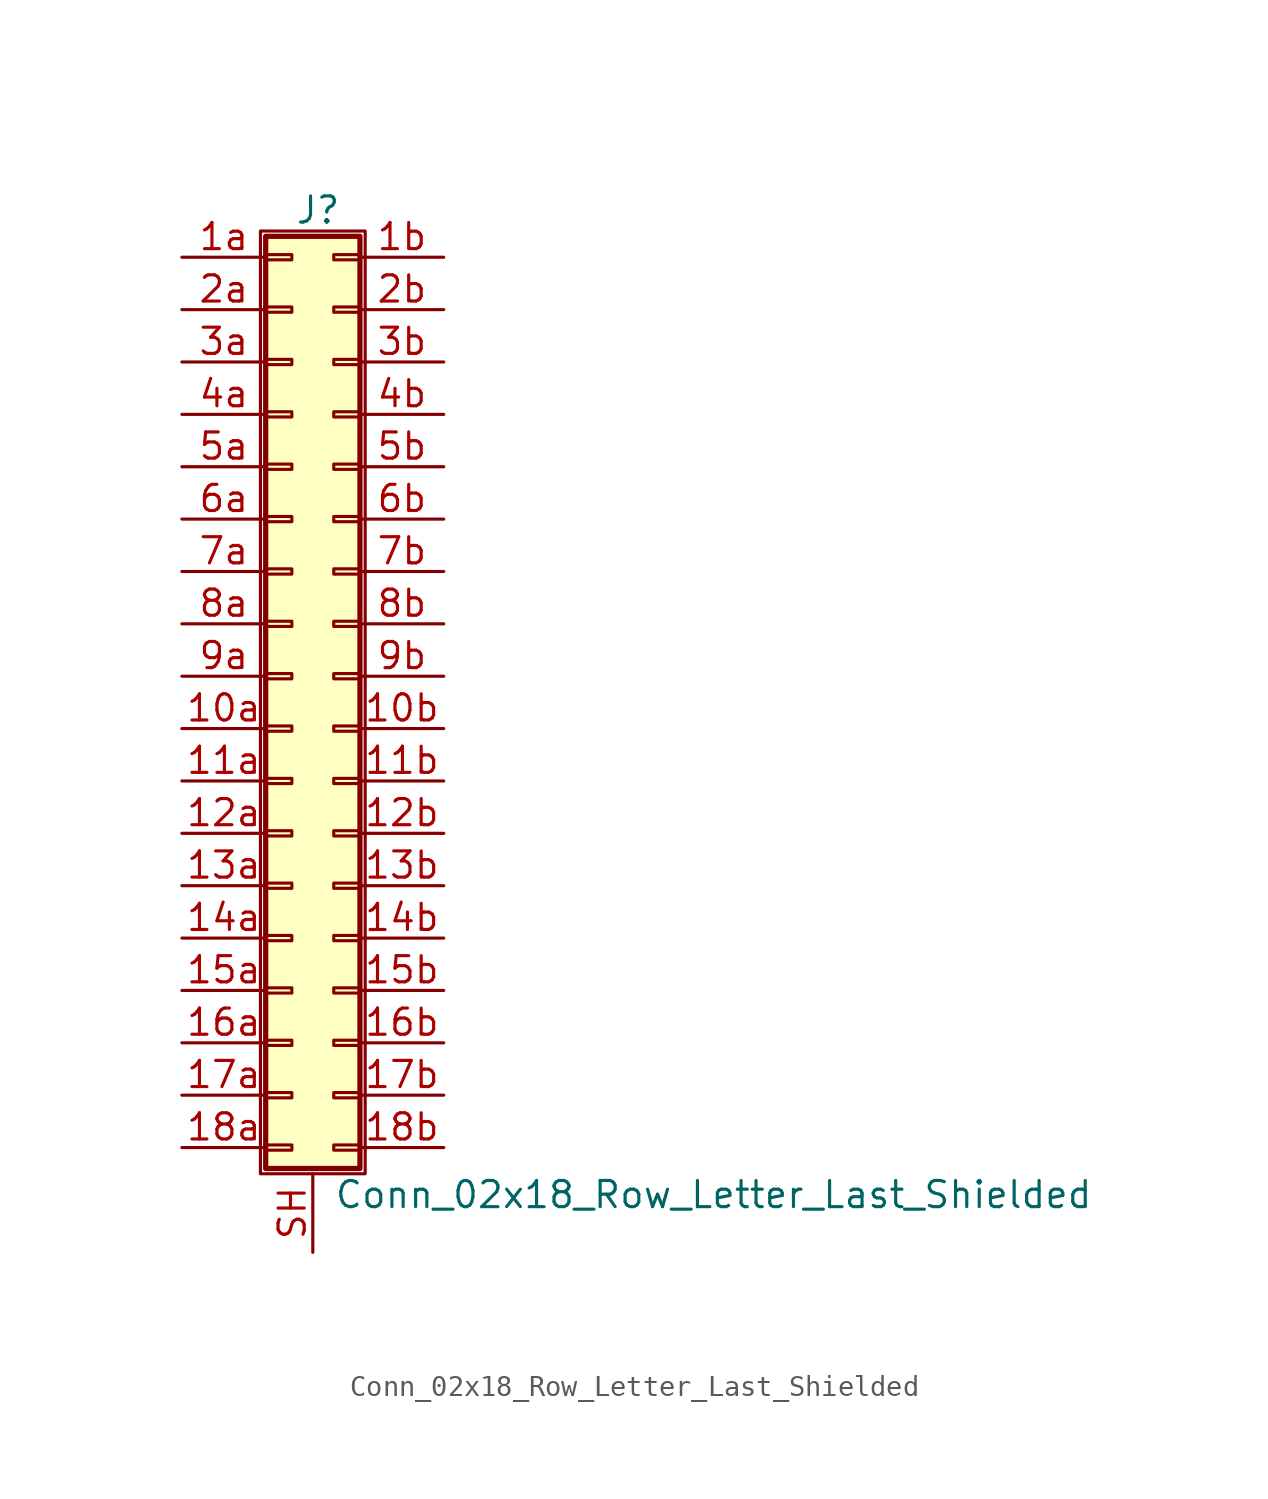
<source format=kicad_sym>
(kicad_symbol_lib
  (version 20201005)
  (generator kicad_symbol_editor)
  (symbol "Conn_02x18_Row_Letter_Last_Shielded"
    (pin_names
      (offset 1.016) hide)
    (property "Reference" "J"
      (at 1.524 22.606 0)
      (effects (font (size 1.27 1.27))))
    (property "Value" "Conn_02x18_Row_Letter_Last_Shielded"
      (at 2.286 -25.146 0)
      (effects (font (size 1.27 1.27)) (justify left)))
    (symbol "Conn_02x18_Row_Letter_Last_Shielded_1_1"
      (rectangle (start -1.27 21.59) (end 3.81 -24.13) (stroke (width 0.152)) (fill (type none)))
      (rectangle (start -1.016 -22.733) (end 0.254 -22.987) (stroke (width 0.152)) (fill (type none)))
      (rectangle (start -1.016 -20.193) (end 0.254 -20.447) (stroke (width 0.152)) (fill (type none)))
      (rectangle (start -1.016 -17.653) (end 0.254 -17.907) (stroke (width 0.152)) (fill (type none)))
      (rectangle (start -1.016 -15.113) (end 0.254 -15.367) (stroke (width 0.152)) (fill (type none)))
      (rectangle (start -1.016 -12.573) (end 0.254 -12.827) (stroke (width 0.152)) (fill (type none)))
      (rectangle (start -1.016 -10.033) (end 0.254 -10.287) (stroke (width 0.152)) (fill (type none)))
      (rectangle (start -1.016 -7.493) (end 0.254 -7.747) (stroke (width 0.152)) (fill (type none)))
      (rectangle (start -1.016 -4.953) (end 0.254 -5.207) (stroke (width 0.152)) (fill (type none)))
      (rectangle (start -1.016 -2.413) (end 0.254 -2.667) (stroke (width 0.152)) (fill (type none)))
      (rectangle (start -1.016 0.127) (end 0.254 -0.127) (stroke (width 0.152)) (fill (type none)))
      (rectangle (start -1.016 2.667) (end 0.254 2.413) (stroke (width 0.152)) (fill (type none)))
      (rectangle (start -1.016 5.207) (end 0.254 4.953) (stroke (width 0.152)) (fill (type none)))
      (rectangle (start -1.016 7.747) (end 0.254 7.493) (stroke (width 0.152)) (fill (type none)))
      (rectangle (start -1.016 10.287) (end 0.254 10.033) (stroke (width 0.152)) (fill (type none)))
      (rectangle (start -1.016 12.827) (end 0.254 12.573) (stroke (width 0.152)) (fill (type none)))
      (rectangle (start -1.016 15.367) (end 0.254 15.113) (stroke (width 0.152)) (fill (type none)))
      (rectangle (start -1.016 17.907) (end 0.254 17.653) (stroke (width 0.152)) (fill (type none)))
      (rectangle (start -1.016 20.447) (end 0.254 20.193) (stroke (width 0.152)) (fill (type none)))
      (rectangle (start 3.556 -22.733) (end 2.286 -22.987) (stroke (width 0.152)) (fill (type none)))
      (rectangle (start 3.556 -20.193) (end 2.286 -20.447) (stroke (width 0.152)) (fill (type none)))
      (rectangle (start 3.556 -17.653) (end 2.286 -17.907) (stroke (width 0.152)) (fill (type none)))
      (rectangle (start 3.556 -15.113) (end 2.286 -15.367) (stroke (width 0.152)) (fill (type none)))
      (rectangle (start 3.556 -12.573) (end 2.286 -12.827) (stroke (width 0.152)) (fill (type none)))
      (rectangle (start 3.556 -10.033) (end 2.286 -10.287) (stroke (width 0.152)) (fill (type none)))
      (rectangle (start 3.556 -7.493) (end 2.286 -7.747) (stroke (width 0.152)) (fill (type none)))
      (rectangle (start 3.556 -4.953) (end 2.286 -5.207) (stroke (width 0.152)) (fill (type none)))
      (rectangle (start 3.556 -2.413) (end 2.286 -2.667) (stroke (width 0.152)) (fill (type none)))
      (rectangle (start 3.556 0.127) (end 2.286 -0.127) (stroke (width 0.152)) (fill (type none)))
      (rectangle (start 3.556 2.667) (end 2.286 2.413) (stroke (width 0.152)) (fill (type none)))
      (rectangle (start 3.556 5.207) (end 2.286 4.953) (stroke (width 0.152)) (fill (type none)))
      (rectangle (start 3.556 7.747) (end 2.286 7.493) (stroke (width 0.152)) (fill (type none)))
      (rectangle (start 3.556 10.287) (end 2.286 10.033) (stroke (width 0.152)) (fill (type none)))
      (rectangle (start 3.556 12.827) (end 2.286 12.573) (stroke (width 0.152)) (fill (type none)))
      (rectangle (start 3.556 15.367) (end 2.286 15.113) (stroke (width 0.152)) (fill (type none)))
      (rectangle (start 3.556 17.907) (end 2.286 17.653) (stroke (width 0.152)) (fill (type none)))
      (rectangle (start 3.556 20.447) (end 2.286 20.193) (stroke (width 0.152)) (fill (type none)))
      (rectangle (start -1.016 21.336) (end 3.556 -23.876) (stroke (width 0.254)) (fill (type background)))
      (pin passive line (at -5.08 -2.54 0) (length 4.064) (name "Pin_10a" (effects (font (size 1.27 1.27)))) (number "10a" (effects (font (size 1.27 1.27)))))
      (pin passive line (at 7.62 -2.54 180) (length 4.064) (name "Pin_10b" (effects (font (size 1.27 1.27)))) (number "10b" (effects (font (size 1.27 1.27)))))
      (pin passive line (at -5.08 -5.08 0) (length 4.064) (name "Pin_11a" (effects (font (size 1.27 1.27)))) (number "11a" (effects (font (size 1.27 1.27)))))
      (pin passive line (at 7.62 -5.08 180) (length 4.064) (name "Pin_11b" (effects (font (size 1.27 1.27)))) (number "11b" (effects (font (size 1.27 1.27)))))
      (pin passive line (at -5.08 -7.62 0) (length 4.064) (name "Pin_12a" (effects (font (size 1.27 1.27)))) (number "12a" (effects (font (size 1.27 1.27)))))
      (pin passive line (at 7.62 -7.62 180) (length 4.064) (name "Pin_12b" (effects (font (size 1.27 1.27)))) (number "12b" (effects (font (size 1.27 1.27)))))
      (pin passive line (at -5.08 -10.16 0) (length 4.064) (name "Pin_13a" (effects (font (size 1.27 1.27)))) (number "13a" (effects (font (size 1.27 1.27)))))
      (pin passive line (at 7.62 -10.16 180) (length 4.064) (name "Pin_13b" (effects (font (size 1.27 1.27)))) (number "13b" (effects (font (size 1.27 1.27)))))
      (pin passive line (at -5.08 -12.7 0) (length 4.064) (name "Pin_14a" (effects (font (size 1.27 1.27)))) (number "14a" (effects (font (size 1.27 1.27)))))
      (pin passive line (at 7.62 -12.7 180) (length 4.064) (name "Pin_14b" (effects (font (size 1.27 1.27)))) (number "14b" (effects (font (size 1.27 1.27)))))
      (pin passive line (at -5.08 -15.24 0) (length 4.064) (name "Pin_15a" (effects (font (size 1.27 1.27)))) (number "15a" (effects (font (size 1.27 1.27)))))
      (pin passive line (at 7.62 -15.24 180) (length 4.064) (name "Pin_15b" (effects (font (size 1.27 1.27)))) (number "15b" (effects (font (size 1.27 1.27)))))
      (pin passive line (at -5.08 -17.78 0) (length 4.064) (name "Pin_16a" (effects (font (size 1.27 1.27)))) (number "16a" (effects (font (size 1.27 1.27)))))
      (pin passive line (at 7.62 -17.78 180) (length 4.064) (name "Pin_16b" (effects (font (size 1.27 1.27)))) (number "16b" (effects (font (size 1.27 1.27)))))
      (pin passive line (at -5.08 -20.32 0) (length 4.064) (name "Pin_17a" (effects (font (size 1.27 1.27)))) (number "17a" (effects (font (size 1.27 1.27)))))
      (pin passive line (at 7.62 -20.32 180) (length 4.064) (name "Pin_17b" (effects (font (size 1.27 1.27)))) (number "17b" (effects (font (size 1.27 1.27)))))
      (pin passive line (at -5.08 -22.86 0) (length 4.064) (name "Pin_18a" (effects (font (size 1.27 1.27)))) (number "18a" (effects (font (size 1.27 1.27)))))
      (pin passive line (at 7.62 -22.86 180) (length 4.064) (name "Pin_18b" (effects (font (size 1.27 1.27)))) (number "18b" (effects (font (size 1.27 1.27)))))
      (pin passive line (at -5.08 20.32 0) (length 4.064) (name "Pin_1a" (effects (font (size 1.27 1.27)))) (number "1a" (effects (font (size 1.27 1.27)))))
      (pin passive line (at 7.62 20.32 180) (length 4.064) (name "Pin_1b" (effects (font (size 1.27 1.27)))) (number "1b" (effects (font (size 1.27 1.27)))))
      (pin passive line (at -5.08 17.78 0) (length 4.064) (name "Pin_2a" (effects (font (size 1.27 1.27)))) (number "2a" (effects (font (size 1.27 1.27)))))
      (pin passive line (at 7.62 17.78 180) (length 4.064) (name "Pin_2b" (effects (font (size 1.27 1.27)))) (number "2b" (effects (font (size 1.27 1.27)))))
      (pin passive line (at -5.08 15.24 0) (length 4.064) (name "Pin_3a" (effects (font (size 1.27 1.27)))) (number "3a" (effects (font (size 1.27 1.27)))))
      (pin passive line (at 7.62 15.24 180) (length 4.064) (name "Pin_3b" (effects (font (size 1.27 1.27)))) (number "3b" (effects (font (size 1.27 1.27)))))
      (pin passive line (at -5.08 12.7 0) (length 4.064) (name "Pin_4a" (effects (font (size 1.27 1.27)))) (number "4a" (effects (font (size 1.27 1.27)))))
      (pin passive line (at 7.62 12.7 180) (length 4.064) (name "Pin_4b" (effects (font (size 1.27 1.27)))) (number "4b" (effects (font (size 1.27 1.27)))))
      (pin passive line (at -5.08 10.16 0) (length 4.064) (name "Pin_5a" (effects (font (size 1.27 1.27)))) (number "5a" (effects (font (size 1.27 1.27)))))
      (pin passive line (at 7.62 10.16 180) (length 4.064) (name "Pin_5b" (effects (font (size 1.27 1.27)))) (number "5b" (effects (font (size 1.27 1.27)))))
      (pin passive line (at -5.08 7.62 0) (length 4.064) (name "Pin_6a" (effects (font (size 1.27 1.27)))) (number "6a" (effects (font (size 1.27 1.27)))))
      (pin passive line (at 7.62 7.62 180) (length 4.064) (name "Pin_6b" (effects (font (size 1.27 1.27)))) (number "6b" (effects (font (size 1.27 1.27)))))
      (pin passive line (at -5.08 5.08 0) (length 4.064) (name "Pin_7a" (effects (font (size 1.27 1.27)))) (number "7a" (effects (font (size 1.27 1.27)))))
      (pin passive line (at 7.62 5.08 180) (length 4.064) (name "Pin_7b" (effects (font (size 1.27 1.27)))) (number "7b" (effects (font (size 1.27 1.27)))))
      (pin passive line (at -5.08 2.54 0) (length 4.064) (name "Pin_8a" (effects (font (size 1.27 1.27)))) (number "8a" (effects (font (size 1.27 1.27)))))
      (pin passive line (at 7.62 2.54 180) (length 4.064) (name "Pin_8b" (effects (font (size 1.27 1.27)))) (number "8b" (effects (font (size 1.27 1.27)))))
      (pin passive line (at -5.08 0 0) (length 4.064) (name "Pin_9a" (effects (font (size 1.27 1.27)))) (number "9a" (effects (font (size 1.27 1.27)))))
      (pin passive line (at 7.62 0 180) (length 4.064) (name "Pin_9b" (effects (font (size 1.27 1.27)))) (number "9b" (effects (font (size 1.27 1.27)))))
      (pin passive line (at 1.27 -27.94 90) (length 3.81) (name "Shield" (effects (font (size 1.27 1.27)))) (number "SH" (effects (font (size 1.27 1.27))))))))
</source>
